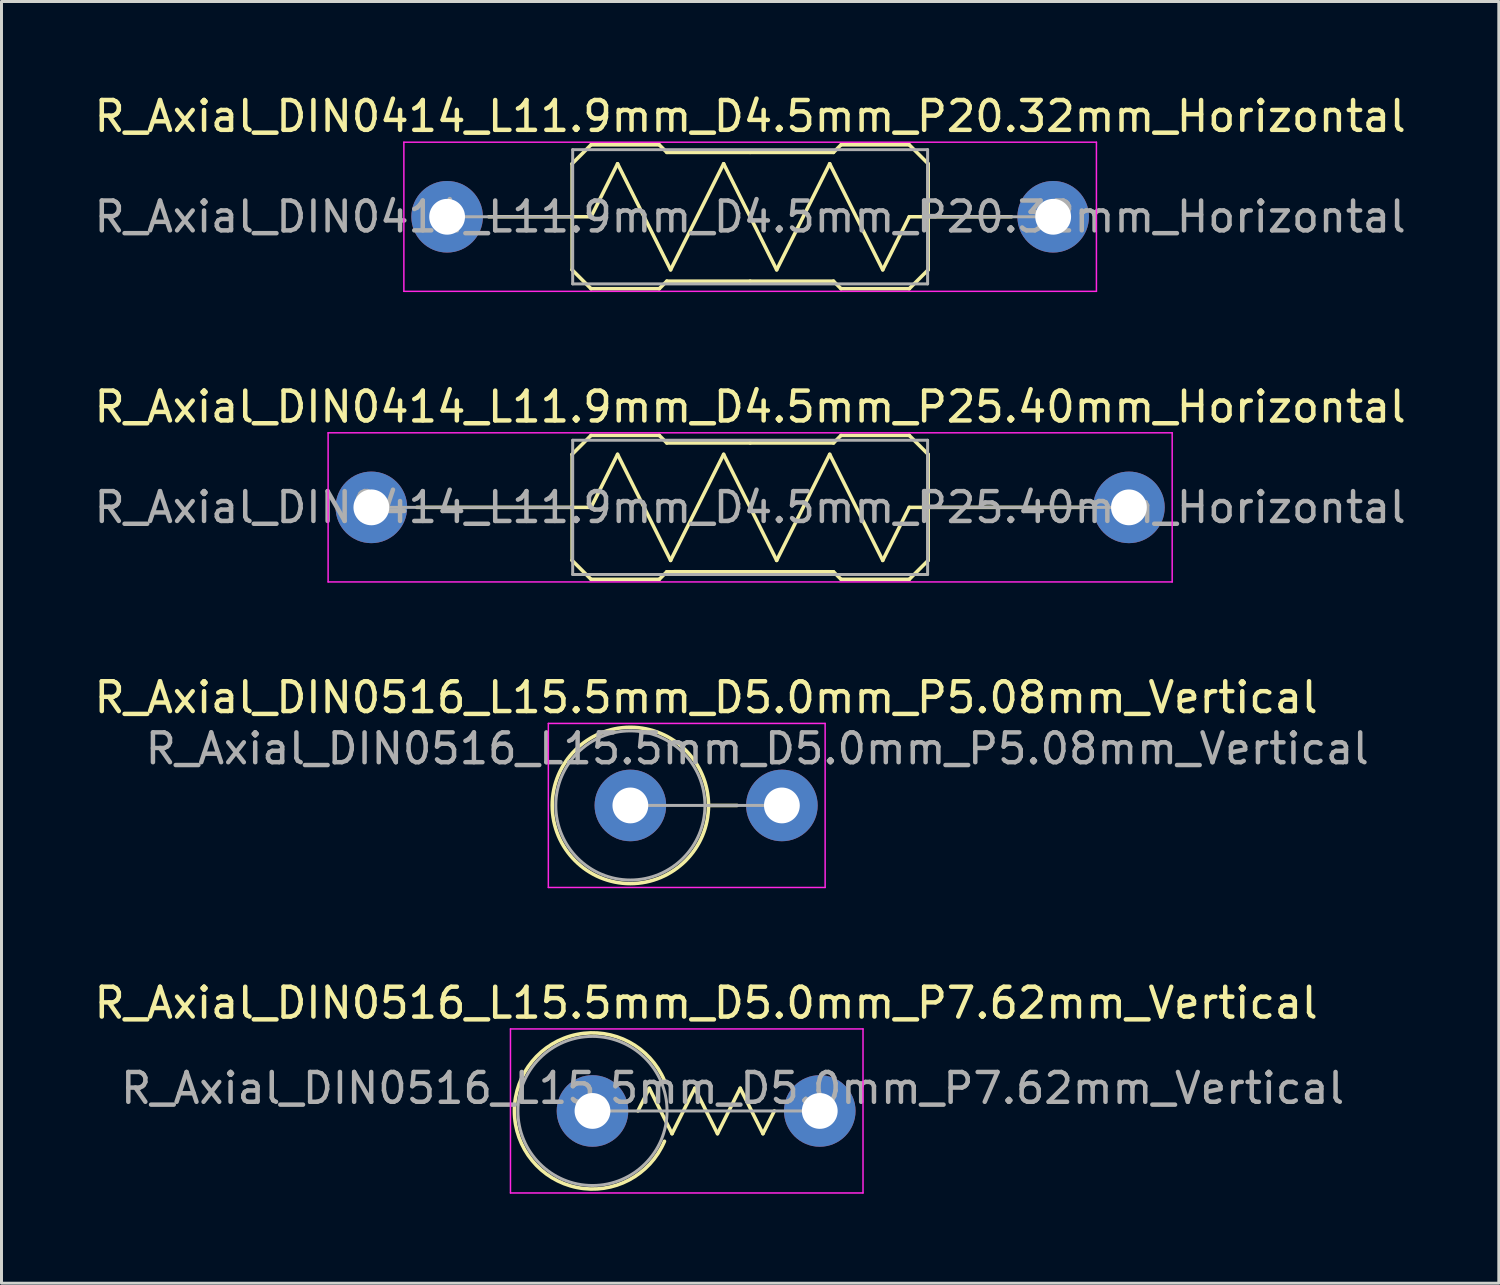
<source format=kicad_pcb>
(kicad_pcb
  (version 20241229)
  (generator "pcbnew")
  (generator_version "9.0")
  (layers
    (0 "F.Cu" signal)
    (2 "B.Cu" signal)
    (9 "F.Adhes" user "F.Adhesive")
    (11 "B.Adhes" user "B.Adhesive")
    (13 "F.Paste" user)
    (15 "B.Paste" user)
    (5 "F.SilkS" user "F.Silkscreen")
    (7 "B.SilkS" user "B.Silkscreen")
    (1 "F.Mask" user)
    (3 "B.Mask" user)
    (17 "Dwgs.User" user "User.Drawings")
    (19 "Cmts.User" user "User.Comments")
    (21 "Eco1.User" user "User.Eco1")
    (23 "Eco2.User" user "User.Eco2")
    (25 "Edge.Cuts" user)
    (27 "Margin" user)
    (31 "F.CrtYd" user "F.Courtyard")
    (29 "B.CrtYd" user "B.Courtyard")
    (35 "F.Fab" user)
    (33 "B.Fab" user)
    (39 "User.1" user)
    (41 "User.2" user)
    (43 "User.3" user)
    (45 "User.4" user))
  (footprint "R_Axial_DIN0516_L15.5mm_D5.0mm_P7.62mm_Vertical"
    (layer "F.Cu")
    (at 16.815 34.198)
    (property "Reference" "R_Axial_DIN0516_L15.5mm_D5.0mm_P7.62mm_Vertical" (at 3.81 -3.62 0) (layer "F.SilkS") (effects (font (size 1 1) (thickness 0.15))))
    (attr through_hole)
    (fp_line (start 1.524 0) (end 1.905 -0.762) (stroke (width 0.12) (type solid)) (layer "F.SilkS"))
    (fp_line (start 1.905 -0.762) (end 2.667 0.762) (stroke (width 0.12) (type solid)) (layer "F.SilkS"))
    (fp_line (start 2.667 0.762) (end 3.429 -0.762) (stroke (width 0.12) (type solid)) (layer "F.SilkS"))
    (fp_line (start 3.429 -0.762) (end 4.191 0.762) (stroke (width 0.12) (type solid)) (layer "F.SilkS"))
    (fp_line (start 4.191 0.762) (end 4.953 -0.762) (stroke (width 0.12) (type solid)) (layer "F.SilkS"))
    (fp_line (start 4.953 -0.762) (end 5.715 0.762) (stroke (width 0.12) (type solid)) (layer "F.SilkS"))
    (fp_line (start 5.715 0.762) (end 6.096 0) (stroke (width 0.12) (type solid)) (layer "F.SilkS"))
    (fp_arc (start 2.413 1.016) (mid -2.618172 0) (end 2.413 -1.016) (stroke (width 0.12) (type solid)) (layer "F.SilkS"))
    (fp_line (start -2.75 -2.75) (end -2.75 2.75) (stroke (width 0.05) (type solid)) (layer "F.CrtYd"))
    (fp_line (start -2.75 2.75) (end 9.07 2.75) (stroke (width 0.05) (type solid)) (layer "F.CrtYd"))
    (fp_line (start 9.07 -2.75) (end -2.75 -2.75) (stroke (width 0.05) (type solid)) (layer "F.CrtYd"))
    (fp_line (start 9.07 2.75) (end 9.07 -2.75) (stroke (width 0.05) (type solid)) (layer "F.CrtYd"))
    (fp_line (start 0 0) (end 7.62 0) (stroke (width 0.1) (type solid)) (layer "F.Fab"))
    (fp_circle (center 0 0) (end 2.5 0) (stroke (width 0.1) (type solid)) (fill no) (layer "F.Fab"))
    (fp_text user "${REFERENCE}" (at 4.699 -0.762 0) (layer "F.Fab") (effects (font (size 1 1) (thickness 0.15))))
    (pad "1" thru_hole circle (at 0 0) (size 2.4 2.4) (drill 1.2) (layers "*.Cu" "*.Mask"))
    (pad "2" thru_hole oval (at 7.62 0) (size 2.4 2.4) (drill 1.2) (layers "*.Cu" "*.Mask")))
  (footprint "R_Axial_DIN0414_L11.9mm_D4.5mm_P20.32mm_Horizontal"
    (layer "F.Cu")
    (at 11.941 4.218)
    (property "Reference" "R_Axial_DIN0414_L11.9mm_D4.5mm_P20.32mm_Horizontal" (at 10.16 -3.37 0) (layer "F.SilkS") (effects (font (size 1 1) (thickness 0.15))))
    (attr through_hole)
    (fp_line (start 4.191 -1.778) (end 4.826 -2.413) (stroke (width 0.12) (type solid)) (layer "F.SilkS"))
    (fp_line (start 4.191 0) (end 1.397 0) (stroke (width 0.12) (type solid)) (layer "F.SilkS"))
    (fp_line (start 4.191 1.778) (end 4.191 -1.778) (stroke (width 0.12) (type solid)) (layer "F.SilkS"))
    (fp_line (start 4.191 1.778) (end 4.826 2.413) (stroke (width 0.12) (type solid)) (layer "F.SilkS"))
    (fp_line (start 4.826 -2.413) (end 7.112 -2.413) (stroke (width 0.12) (type solid)) (layer "F.SilkS"))
    (fp_line (start 4.826 0) (end 4.191 0) (stroke (width 0.12) (type solid)) (layer "F.SilkS"))
    (fp_line (start 4.826 0) (end 5.715 -1.778) (stroke (width 0.12) (type solid)) (layer "F.SilkS"))
    (fp_line (start 4.826 2.413) (end 7.112 2.413) (stroke (width 0.12) (type solid)) (layer "F.SilkS"))
    (fp_line (start 5.715 -1.778) (end 7.493 1.778) (stroke (width 0.12) (type solid)) (layer "F.SilkS"))
    (fp_line (start 7.112 -2.413) (end 7.366 -2.159) (stroke (width 0.12) (type solid)) (layer "F.SilkS"))
    (fp_line (start 7.112 2.413) (end 7.366 2.159) (stroke (width 0.12) (type solid)) (layer "F.SilkS"))
    (fp_line (start 7.366 -2.159) (end 10.16 -2.159) (stroke (width 0.12) (type solid)) (layer "F.SilkS"))
    (fp_line (start 7.366 2.159) (end 10.16 2.159) (stroke (width 0.12) (type solid)) (layer "F.SilkS"))
    (fp_line (start 7.493 1.778) (end 9.271 -1.778) (stroke (width 0.12) (type solid)) (layer "F.SilkS"))
    (fp_line (start 9.271 -1.778) (end 11.049 1.778) (stroke (width 0.12) (type solid)) (layer "F.SilkS"))
    (fp_line (start 11.049 1.778) (end 12.827 -1.778) (stroke (width 0.12) (type solid)) (layer "F.SilkS"))
    (fp_line (start 12.827 -1.778) (end 14.605 1.778) (stroke (width 0.12) (type solid)) (layer "F.SilkS"))
    (fp_line (start 12.954 -2.159) (end 10.16 -2.159) (stroke (width 0.12) (type solid)) (layer "F.SilkS"))
    (fp_line (start 12.954 2.159) (end 10.16 2.159) (stroke (width 0.12) (type solid)) (layer "F.SilkS"))
    (fp_line (start 13.208 -2.413) (end 12.954 -2.159) (stroke (width 0.12) (type solid)) (layer "F.SilkS"))
    (fp_line (start 13.208 2.413) (end 12.954 2.159) (stroke (width 0.12) (type solid)) (layer "F.SilkS"))
    (fp_line (start 14.605 1.778) (end 15.494 0) (stroke (width 0.12) (type solid)) (layer "F.SilkS"))
    (fp_line (start 15.494 -2.413) (end 13.208 -2.413) (stroke (width 0.12) (type solid)) (layer "F.SilkS"))
    (fp_line (start 15.494 0) (end 16.129 0) (stroke (width 0.12) (type solid)) (layer "F.SilkS"))
    (fp_line (start 15.494 2.413) (end 13.208 2.413) (stroke (width 0.12) (type solid)) (layer "F.SilkS"))
    (fp_line (start 16.129 -1.778) (end 15.494 -2.413) (stroke (width 0.12) (type solid)) (layer "F.SilkS"))
    (fp_line (start 16.129 0) (end 18.923 0) (stroke (width 0.12) (type solid)) (layer "F.SilkS"))
    (fp_line (start 16.129 1.778) (end 15.494 2.413) (stroke (width 0.12) (type solid)) (layer "F.SilkS"))
    (fp_line (start 16.129 1.778) (end 16.129 -1.778) (stroke (width 0.12) (type solid)) (layer "F.SilkS"))
    (fp_line (start -1.45 -2.5) (end -1.45 2.5) (stroke (width 0.05) (type solid)) (layer "F.CrtYd"))
    (fp_line (start -1.45 2.5) (end 21.77 2.5) (stroke (width 0.05) (type solid)) (layer "F.CrtYd"))
    (fp_line (start 21.77 -2.5) (end -1.45 -2.5) (stroke (width 0.05) (type solid)) (layer "F.CrtYd"))
    (fp_line (start 21.77 2.5) (end 21.77 -2.5) (stroke (width 0.05) (type solid)) (layer "F.CrtYd"))
    (fp_line (start 0 0) (end 4.21 0) (stroke (width 0.1) (type solid)) (layer "F.Fab"))
    (fp_line (start 4.21 -2.25) (end 4.21 2.25) (stroke (width 0.1) (type solid)) (layer "F.Fab"))
    (fp_line (start 4.21 2.25) (end 16.11 2.25) (stroke (width 0.1) (type solid)) (layer "F.Fab"))
    (fp_line (start 16.11 -2.25) (end 4.21 -2.25) (stroke (width 0.1) (type solid)) (layer "F.Fab"))
    (fp_line (start 16.11 2.25) (end 16.11 -2.25) (stroke (width 0.1) (type solid)) (layer "F.Fab"))
    (fp_line (start 20.32 0) (end 16.11 0) (stroke (width 0.1) (type solid)) (layer "F.Fab"))
    (fp_text user "${REFERENCE}" (at 10.16 0 0) (layer "F.Fab") (effects (font (size 1 1) (thickness 0.15))))
    (pad "1" thru_hole circle (at 0 0) (size 2.4 2.4) (drill 1.2) (layers "*.Cu" "*.Mask"))
    (pad "2" thru_hole oval (at 20.32 0) (size 2.4 2.4) (drill 1.2) (layers "*.Cu" "*.Mask")))
  (footprint "R_Axial_DIN0414_L11.9mm_D4.5mm_P25.40mm_Horizontal"
    (layer "F.Cu")
    (at 9.401 13.961)
    (property "Reference" "R_Axial_DIN0414_L11.9mm_D4.5mm_P25.40mm_Horizontal" (at 12.7 -3.37 0) (layer "F.SilkS") (effects (font (size 1 1) (thickness 0.15))))
    (attr through_hole)
    (fp_line (start 6.731 -1.778) (end 7.366 -2.413) (stroke (width 0.12) (type solid)) (layer "F.SilkS"))
    (fp_line (start 6.731 0) (end 1.524 0) (stroke (width 0.12) (type solid)) (layer "F.SilkS"))
    (fp_line (start 6.731 1.778) (end 6.731 -1.778) (stroke (width 0.12) (type solid)) (layer "F.SilkS"))
    (fp_line (start 6.731 1.778) (end 7.366 2.413) (stroke (width 0.12) (type solid)) (layer "F.SilkS"))
    (fp_line (start 7.366 -2.413) (end 9.652 -2.413) (stroke (width 0.12) (type solid)) (layer "F.SilkS"))
    (fp_line (start 7.366 0) (end 6.731 0) (stroke (width 0.12) (type solid)) (layer "F.SilkS"))
    (fp_line (start 7.366 0) (end 8.255 -1.778) (stroke (width 0.12) (type solid)) (layer "F.SilkS"))
    (fp_line (start 7.366 2.413) (end 9.652 2.413) (stroke (width 0.12) (type solid)) (layer "F.SilkS"))
    (fp_line (start 8.255 -1.778) (end 10.033 1.778) (stroke (width 0.12) (type solid)) (layer "F.SilkS"))
    (fp_line (start 9.652 -2.413) (end 9.906 -2.159) (stroke (width 0.12) (type solid)) (layer "F.SilkS"))
    (fp_line (start 9.652 2.413) (end 9.906 2.159) (stroke (width 0.12) (type solid)) (layer "F.SilkS"))
    (fp_line (start 9.906 -2.159) (end 12.7 -2.159) (stroke (width 0.12) (type solid)) (layer "F.SilkS"))
    (fp_line (start 9.906 2.159) (end 12.7 2.159) (stroke (width 0.12) (type solid)) (layer "F.SilkS"))
    (fp_line (start 10.033 1.778) (end 11.811 -1.778) (stroke (width 0.12) (type solid)) (layer "F.SilkS"))
    (fp_line (start 11.811 -1.778) (end 13.589 1.778) (stroke (width 0.12) (type solid)) (layer "F.SilkS"))
    (fp_line (start 13.589 1.778) (end 15.367 -1.778) (stroke (width 0.12) (type solid)) (layer "F.SilkS"))
    (fp_line (start 15.367 -1.778) (end 17.145 1.778) (stroke (width 0.12) (type solid)) (layer "F.SilkS"))
    (fp_line (start 15.494 -2.159) (end 12.7 -2.159) (stroke (width 0.12) (type solid)) (layer "F.SilkS"))
    (fp_line (start 15.494 2.159) (end 12.7 2.159) (stroke (width 0.12) (type solid)) (layer "F.SilkS"))
    (fp_line (start 15.748 -2.413) (end 15.494 -2.159) (stroke (width 0.12) (type solid)) (layer "F.SilkS"))
    (fp_line (start 15.748 2.413) (end 15.494 2.159) (stroke (width 0.12) (type solid)) (layer "F.SilkS"))
    (fp_line (start 17.145 1.778) (end 18.034 0) (stroke (width 0.12) (type solid)) (layer "F.SilkS"))
    (fp_line (start 18.034 -2.413) (end 15.748 -2.413) (stroke (width 0.12) (type solid)) (layer "F.SilkS"))
    (fp_line (start 18.034 0) (end 18.669 0) (stroke (width 0.12) (type solid)) (layer "F.SilkS"))
    (fp_line (start 18.034 2.413) (end 15.748 2.413) (stroke (width 0.12) (type solid)) (layer "F.SilkS"))
    (fp_line (start 18.669 -1.778) (end 18.034 -2.413) (stroke (width 0.12) (type solid)) (layer "F.SilkS"))
    (fp_line (start 18.669 0) (end 23.876 0) (stroke (width 0.12) (type solid)) (layer "F.SilkS"))
    (fp_line (start 18.669 1.778) (end 18.034 2.413) (stroke (width 0.12) (type solid)) (layer "F.SilkS"))
    (fp_line (start 18.669 1.778) (end 18.669 -1.778) (stroke (width 0.12) (type solid)) (layer "F.SilkS"))
    (fp_line (start -1.45 -2.5) (end -1.45 2.5) (stroke (width 0.05) (type solid)) (layer "F.CrtYd"))
    (fp_line (start -1.45 2.5) (end 26.85 2.5) (stroke (width 0.05) (type solid)) (layer "F.CrtYd"))
    (fp_line (start 26.85 -2.5) (end -1.45 -2.5) (stroke (width 0.05) (type solid)) (layer "F.CrtYd"))
    (fp_line (start 26.85 2.5) (end 26.85 -2.5) (stroke (width 0.05) (type solid)) (layer "F.CrtYd"))
    (fp_line (start 0 0) (end 6.75 0) (stroke (width 0.1) (type solid)) (layer "F.Fab"))
    (fp_line (start 6.75 -2.25) (end 6.75 2.25) (stroke (width 0.1) (type solid)) (layer "F.Fab"))
    (fp_line (start 6.75 2.25) (end 18.65 2.25) (stroke (width 0.1) (type solid)) (layer "F.Fab"))
    (fp_line (start 18.65 -2.25) (end 6.75 -2.25) (stroke (width 0.1) (type solid)) (layer "F.Fab"))
    (fp_line (start 18.65 2.25) (end 18.65 -2.25) (stroke (width 0.1) (type solid)) (layer "F.Fab"))
    (fp_line (start 25.4 0) (end 18.65 0) (stroke (width 0.1) (type solid)) (layer "F.Fab"))
    (fp_text user "${REFERENCE}" (at 12.7 0 0) (layer "F.Fab") (effects (font (size 1 1) (thickness 0.15))))
    (pad "1" thru_hole circle (at 0 0) (size 2.4 2.4) (drill 1.2) (layers "*.Cu" "*.Mask"))
    (pad "2" thru_hole oval (at 25.4 0) (size 2.4 2.4) (drill 1.2) (layers "*.Cu" "*.Mask")))
  (footprint "R_Axial_DIN0516_L15.5mm_D5.0mm_P5.08mm_Vertical"
    (layer "F.Cu")
    (at 18.085 23.955)
    (property "Reference" "R_Axial_DIN0516_L15.5mm_D5.0mm_P5.08mm_Vertical" (at 2.54 -3.62 0) (layer "F.SilkS") (effects (font (size 1 1) (thickness 0.15))))
    (attr through_hole)
    (fp_line (start 2.62 0) (end 3.58 0) (stroke (width 0.12) (type solid)) (layer "F.SilkS"))
    (fp_circle (center 0 0) (end 2.62 0) (stroke (width 0.12) (type solid)) (fill no) (layer "F.SilkS"))
    (fp_line (start -2.75 -2.75) (end -2.75 2.75) (stroke (width 0.05) (type solid)) (layer "F.CrtYd"))
    (fp_line (start -2.75 2.75) (end 6.53 2.75) (stroke (width 0.05) (type solid)) (layer "F.CrtYd"))
    (fp_line (start 6.53 -2.75) (end -2.75 -2.75) (stroke (width 0.05) (type solid)) (layer "F.CrtYd"))
    (fp_line (start 6.53 2.75) (end 6.53 -2.75) (stroke (width 0.05) (type solid)) (layer "F.CrtYd"))
    (fp_line (start 0 0) (end 5.08 0) (stroke (width 0.1) (type solid)) (layer "F.Fab"))
    (fp_circle (center 0 0) (end 2.5 0) (stroke (width 0.1) (type solid)) (fill no) (layer "F.Fab"))
    (fp_text user "${REFERENCE}" (at 4.255 -1.905 0) (layer "F.Fab") (effects (font (size 1 1) (thickness 0.15))))
    (pad "1" thru_hole circle (at 0 0) (size 2.4 2.4) (drill 1.2) (layers "*.Cu" "*.Mask"))
    (pad "2" thru_hole oval (at 5.08 0) (size 2.4 2.4) (drill 1.2) (layers "*.Cu" "*.Mask")))
  (gr_rect
    (start -3 -3)
    (end 47.202 39.973)
    (stroke (width 0.1) (type default))
    (fill no)
    (layer "Edge.Cuts")))
</source>
